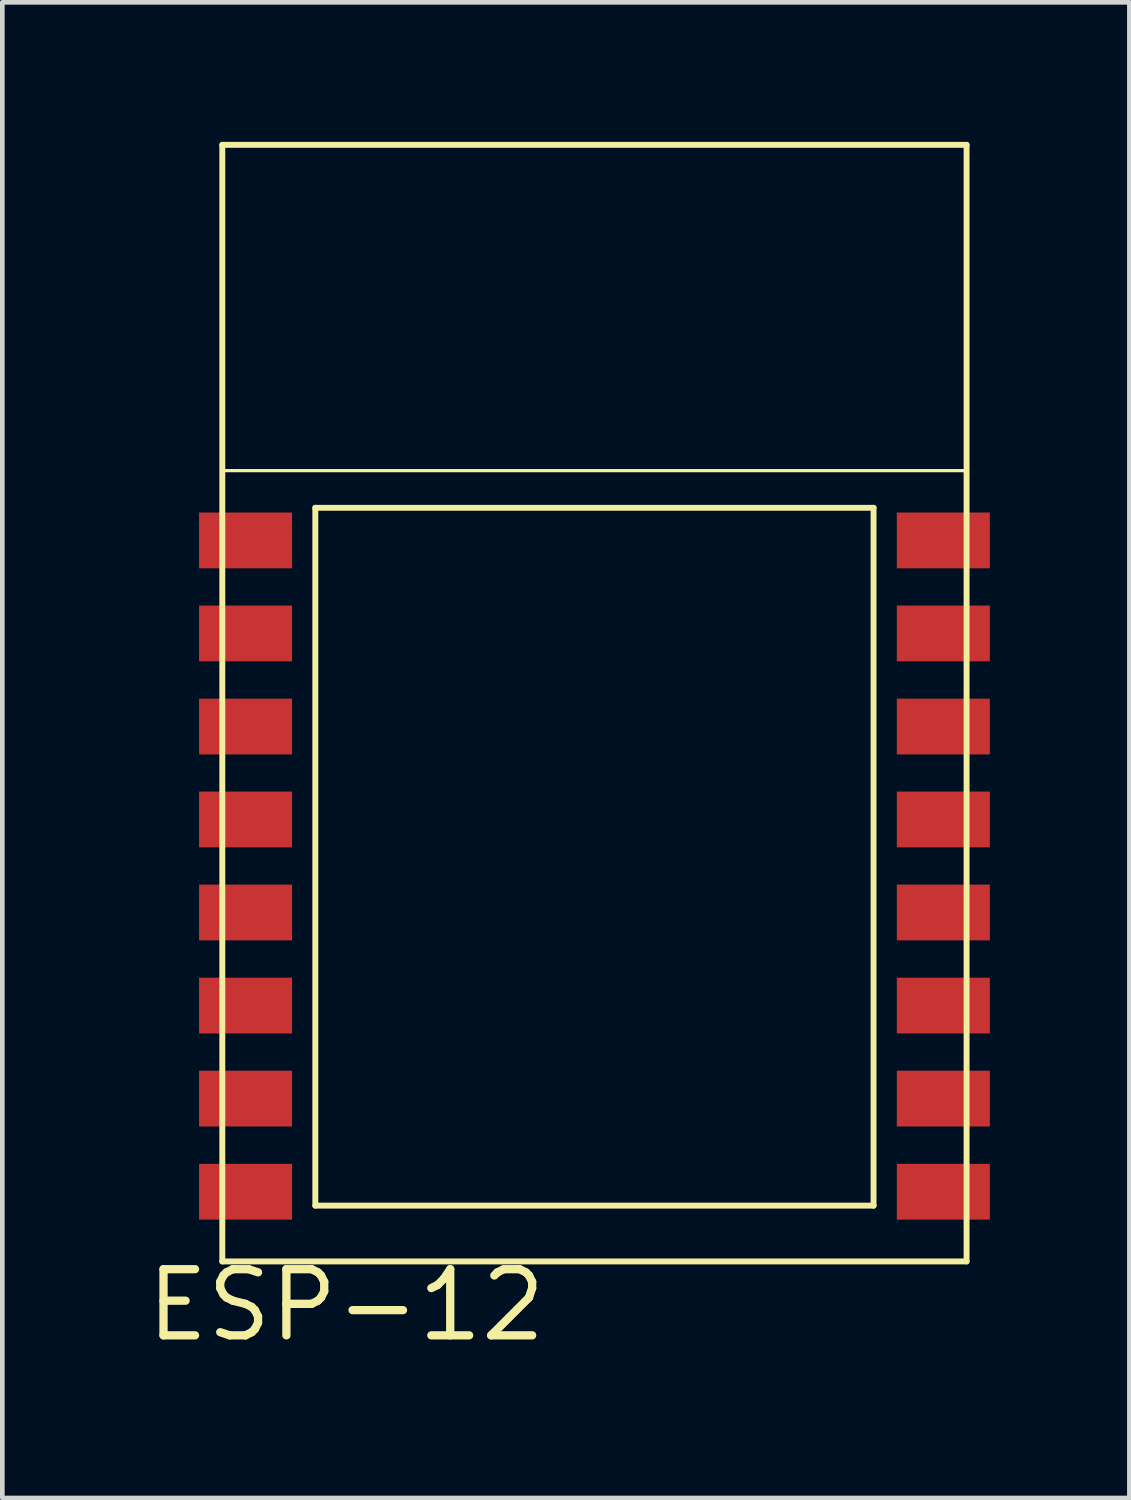
<source format=kicad_pcb>
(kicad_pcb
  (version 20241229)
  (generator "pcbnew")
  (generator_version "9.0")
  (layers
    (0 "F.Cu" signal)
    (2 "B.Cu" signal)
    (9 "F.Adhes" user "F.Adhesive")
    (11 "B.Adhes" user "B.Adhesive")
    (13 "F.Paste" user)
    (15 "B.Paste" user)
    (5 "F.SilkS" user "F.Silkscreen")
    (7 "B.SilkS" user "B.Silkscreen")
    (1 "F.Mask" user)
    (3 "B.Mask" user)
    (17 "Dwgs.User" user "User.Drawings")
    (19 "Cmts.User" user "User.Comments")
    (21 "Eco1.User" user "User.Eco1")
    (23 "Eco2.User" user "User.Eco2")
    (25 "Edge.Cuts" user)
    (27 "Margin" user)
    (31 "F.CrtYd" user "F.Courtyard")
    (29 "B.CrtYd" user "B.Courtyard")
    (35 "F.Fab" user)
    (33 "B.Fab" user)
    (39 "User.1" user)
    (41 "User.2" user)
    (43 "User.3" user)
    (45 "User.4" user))
  (footprint "ESP-12"
    (layer "F.Cu")
    (at 9.726 13.063)
    (property "Reference" "ESP-12" (at -5.334 11.938 0) (layer "F.SilkS") (effects (font (size 1.422 1.422) (thickness 0.178))))
    (attr smd)
    (fp_line (start -7.998 -13) (end 7.998 -13) (stroke (width 0.066) (type solid)) (layer "F.SilkS"))
    (fp_line (start -7.998 -13) (end 7.998 -13) (stroke (width 0.066) (type solid)) (layer "F.SilkS"))
    (fp_line (start -7.998 -13) (end 7.998 -13) (stroke (width 0.127) (type solid)) (layer "F.SilkS"))
    (fp_line (start -7.998 -5.999) (end -7.998 -13) (stroke (width 0.066) (type solid)) (layer "F.SilkS"))
    (fp_line (start -7.998 -5.999) (end -7.998 -13) (stroke (width 0.066) (type solid)) (layer "F.SilkS"))
    (fp_line (start -7.998 -5.999) (end 7.998 -5.999) (stroke (width 0.066) (type solid)) (layer "F.SilkS"))
    (fp_line (start -7.998 -5.999) (end 7.998 -5.999) (stroke (width 0.066) (type solid)) (layer "F.SilkS"))
    (fp_line (start -7.998 10.998) (end -7.998 -13) (stroke (width 0.127) (type solid)) (layer "F.SilkS"))
    (fp_line (start -5.999 -5.199) (end 5.999 -5.199) (stroke (width 0.127) (type solid)) (layer "F.SilkS"))
    (fp_line (start -5.999 9.799) (end -5.999 -5.199) (stroke (width 0.127) (type solid)) (layer "F.SilkS"))
    (fp_line (start 5.999 -5.199) (end 5.999 9.799) (stroke (width 0.127) (type solid)) (layer "F.SilkS"))
    (fp_line (start 5.999 9.799) (end -5.999 9.799) (stroke (width 0.127) (type solid)) (layer "F.SilkS"))
    (fp_line (start 7.998 -13) (end 7.998 10.998) (stroke (width 0.127) (type solid)) (layer "F.SilkS"))
    (fp_line (start 7.998 -5.999) (end 7.998 -13) (stroke (width 0.066) (type solid)) (layer "F.SilkS"))
    (fp_line (start 7.998 -5.999) (end 7.998 -13) (stroke (width 0.066) (type solid)) (layer "F.SilkS"))
    (fp_line (start 7.998 10.998) (end -7.998 10.998) (stroke (width 0.127) (type solid)) (layer "F.SilkS"))
    (pad "1" smd rect (at -7.498 -4.498) (size 1.999 1.199) (layers "F.Cu" "F.Mask" "F.Paste"))
    (pad "2" smd rect (at -7.498 -2.499) (size 1.999 1.199) (layers "F.Cu" "F.Mask" "F.Paste"))
    (pad "3" smd rect (at -7.498 -0.498) (size 1.999 1.199) (layers "F.Cu" "F.Mask" "F.Paste"))
    (pad "4" smd rect (at -7.498 1.499) (size 1.999 1.199) (layers "F.Cu" "F.Mask" "F.Paste"))
    (pad "5" smd rect (at -7.498 3.498) (size 1.999 1.199) (layers "F.Cu" "F.Mask" "F.Paste"))
    (pad "6" smd rect (at -7.498 5.499) (size 1.999 1.199) (layers "F.Cu" "F.Mask" "F.Paste"))
    (pad "7" smd rect (at -7.498 7.498) (size 1.999 1.199) (layers "F.Cu" "F.Mask" "F.Paste"))
    (pad "8" smd rect (at -7.498 9.5) (size 1.999 1.199) (layers "F.Cu" "F.Mask" "F.Paste"))
    (pad "9" smd rect (at 7.498 9.5) (size 1.999 1.199) (layers "F.Cu" "F.Mask" "F.Paste"))
    (pad "10" smd rect (at 7.498 7.498) (size 1.999 1.199) (layers "F.Cu" "F.Mask" "F.Paste"))
    (pad "11" smd rect (at 7.498 5.499) (size 1.999 1.199) (layers "F.Cu" "F.Mask" "F.Paste"))
    (pad "12" smd rect (at 7.498 3.498) (size 1.999 1.199) (layers "F.Cu" "F.Mask" "F.Paste"))
    (pad "13" smd rect (at 7.498 1.499) (size 1.999 1.199) (layers "F.Cu" "F.Mask" "F.Paste"))
    (pad "14" smd rect (at 7.498 -0.498) (size 1.999 1.199) (layers "F.Cu" "F.Mask" "F.Paste"))
    (pad "15" smd rect (at 7.498 -2.499) (size 1.999 1.199) (layers "F.Cu" "F.Mask" "F.Paste"))
    (pad "16" smd rect (at 7.498 -4.498) (size 1.999 1.199) (layers "F.Cu" "F.Mask" "F.Paste")))
  (gr_rect
    (start -3 -3)
    (end 21.223 29.145)
    (stroke (width 0.1) (type default))
    (fill no)
    (layer "Edge.Cuts")))
</source>
